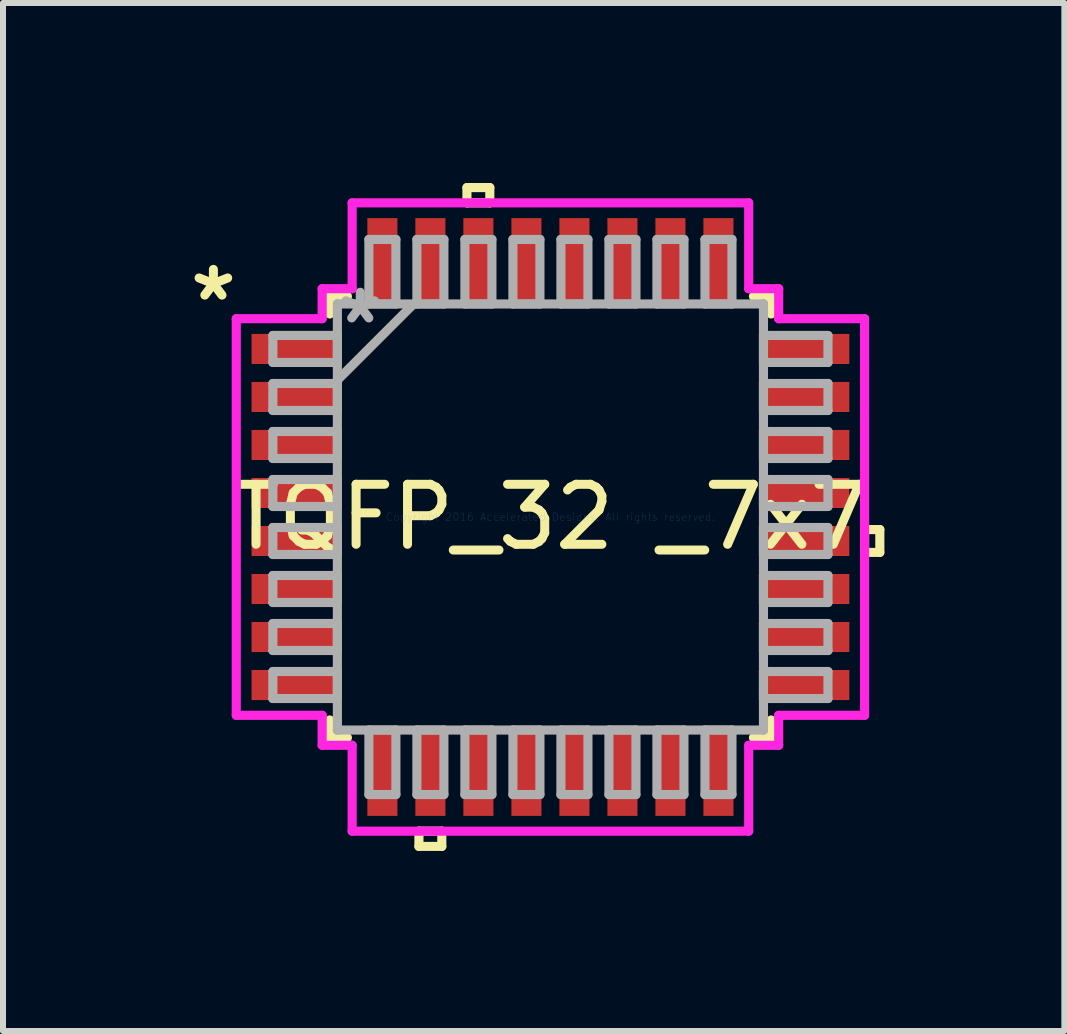
<source format=kicad_pcb>
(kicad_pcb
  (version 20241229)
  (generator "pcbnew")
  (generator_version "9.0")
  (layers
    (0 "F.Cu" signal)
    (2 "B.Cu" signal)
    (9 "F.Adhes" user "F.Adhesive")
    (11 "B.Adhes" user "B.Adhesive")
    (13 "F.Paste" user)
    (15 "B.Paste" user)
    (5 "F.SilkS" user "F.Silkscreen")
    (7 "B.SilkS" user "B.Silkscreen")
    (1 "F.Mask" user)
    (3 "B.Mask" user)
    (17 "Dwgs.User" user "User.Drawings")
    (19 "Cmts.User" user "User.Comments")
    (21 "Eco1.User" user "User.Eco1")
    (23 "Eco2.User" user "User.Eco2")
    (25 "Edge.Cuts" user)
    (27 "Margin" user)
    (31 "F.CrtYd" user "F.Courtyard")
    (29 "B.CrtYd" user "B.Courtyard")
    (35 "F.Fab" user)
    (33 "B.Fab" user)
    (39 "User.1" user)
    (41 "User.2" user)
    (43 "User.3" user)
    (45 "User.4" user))
  (footprint "TQFP_32 _7x7"
    (layer "F.Cu")
    (at 6.122 5.565)
    (property "Reference" "TQFP_32 _7x7" (at 0 0 0) (layer "F.SilkS") (effects (font (size 1 1) (thickness 0.15))))
    (attr through_hole)
    (fp_line (start -3.677 -3.677) (end -3.677 -3.383) (stroke (width 0.152) (type solid)) (layer "F.SilkS"))
    (fp_line (start -3.677 3.383) (end -3.677 3.677) (stroke (width 0.152) (type solid)) (layer "F.SilkS"))
    (fp_line (start -3.677 3.677) (end -3.383 3.677) (stroke (width 0.152) (type solid)) (layer "F.SilkS"))
    (fp_line (start -3.383 -3.677) (end -3.677 -3.677) (stroke (width 0.152) (type solid)) (layer "F.SilkS"))
    (fp_line (start -2.191 5.235) (end -2.191 5.489) (stroke (width 0.152) (type solid)) (layer "F.SilkS"))
    (fp_line (start -2.191 5.489) (end -1.81 5.489) (stroke (width 0.152) (type solid)) (layer "F.SilkS"))
    (fp_line (start -1.81 5.235) (end -2.191 5.235) (stroke (width 0.152) (type solid)) (layer "F.SilkS"))
    (fp_line (start -1.81 5.489) (end -1.81 5.235) (stroke (width 0.152) (type solid)) (layer "F.SilkS"))
    (fp_line (start -1.391 -5.489) (end -1.01 -5.489) (stroke (width 0.152) (type solid)) (layer "F.SilkS"))
    (fp_line (start -1.391 -5.235) (end -1.391 -5.489) (stroke (width 0.152) (type solid)) (layer "F.SilkS"))
    (fp_line (start -1.01 -5.489) (end -1.01 -5.235) (stroke (width 0.152) (type solid)) (layer "F.SilkS"))
    (fp_line (start -1.01 -5.235) (end -1.391 -5.235) (stroke (width 0.152) (type solid)) (layer "F.SilkS"))
    (fp_line (start 3.383 3.677) (end 3.677 3.677) (stroke (width 0.152) (type solid)) (layer "F.SilkS"))
    (fp_line (start 3.677 -3.677) (end 3.383 -3.677) (stroke (width 0.152) (type solid)) (layer "F.SilkS"))
    (fp_line (start 3.677 -3.383) (end 3.677 -3.677) (stroke (width 0.152) (type solid)) (layer "F.SilkS"))
    (fp_line (start 3.677 3.677) (end 3.677 3.383) (stroke (width 0.152) (type solid)) (layer "F.SilkS"))
    (fp_line (start 5.235 0.209) (end 5.489 0.209) (stroke (width 0.152) (type solid)) (layer "F.SilkS"))
    (fp_line (start 5.235 0.59) (end 5.235 0.209) (stroke (width 0.152) (type solid)) (layer "F.SilkS"))
    (fp_line (start 5.489 0.209) (end 5.489 0.59) (stroke (width 0.152) (type solid)) (layer "F.SilkS"))
    (fp_line (start 5.489 0.59) (end 5.235 0.59) (stroke (width 0.152) (type solid)) (layer "F.SilkS"))
    (fp_line (start -5.235 -3.304) (end -3.804 -3.304) (stroke (width 0.152) (type solid)) (layer "F.CrtYd"))
    (fp_line (start -5.235 3.304) (end -5.235 -3.304) (stroke (width 0.152) (type solid)) (layer "F.CrtYd"))
    (fp_line (start -3.804 -3.804) (end -3.304 -3.804) (stroke (width 0.152) (type solid)) (layer "F.CrtYd"))
    (fp_line (start -3.804 -3.304) (end -3.804 -3.804) (stroke (width 0.152) (type solid)) (layer "F.CrtYd"))
    (fp_line (start -3.804 3.304) (end -5.235 3.304) (stroke (width 0.152) (type solid)) (layer "F.CrtYd"))
    (fp_line (start -3.804 3.804) (end -3.804 3.304) (stroke (width 0.152) (type solid)) (layer "F.CrtYd"))
    (fp_line (start -3.304 -5.235) (end 3.304 -5.235) (stroke (width 0.152) (type solid)) (layer "F.CrtYd"))
    (fp_line (start -3.304 -3.804) (end -3.304 -5.235) (stroke (width 0.152) (type solid)) (layer "F.CrtYd"))
    (fp_line (start -3.304 3.804) (end -3.804 3.804) (stroke (width 0.152) (type solid)) (layer "F.CrtYd"))
    (fp_line (start -3.304 5.235) (end -3.304 3.804) (stroke (width 0.152) (type solid)) (layer "F.CrtYd"))
    (fp_line (start 3.304 -5.235) (end 3.304 -3.804) (stroke (width 0.152) (type solid)) (layer "F.CrtYd"))
    (fp_line (start 3.304 -3.804) (end 3.804 -3.804) (stroke (width 0.152) (type solid)) (layer "F.CrtYd"))
    (fp_line (start 3.304 3.804) (end 3.304 5.235) (stroke (width 0.152) (type solid)) (layer "F.CrtYd"))
    (fp_line (start 3.304 5.235) (end -3.304 5.235) (stroke (width 0.152) (type solid)) (layer "F.CrtYd"))
    (fp_line (start 3.804 -3.804) (end 3.804 -3.304) (stroke (width 0.152) (type solid)) (layer "F.CrtYd"))
    (fp_line (start 3.804 -3.304) (end 5.235 -3.304) (stroke (width 0.152) (type solid)) (layer "F.CrtYd"))
    (fp_line (start 3.804 3.304) (end 3.804 3.804) (stroke (width 0.152) (type solid)) (layer "F.CrtYd"))
    (fp_line (start 3.804 3.804) (end 3.304 3.804) (stroke (width 0.152) (type solid)) (layer "F.CrtYd"))
    (fp_line (start 5.235 -3.304) (end 5.235 3.304) (stroke (width 0.152) (type solid)) (layer "F.CrtYd"))
    (fp_line (start 5.235 3.304) (end 3.804 3.304) (stroke (width 0.152) (type solid)) (layer "F.CrtYd"))
    (fp_line (start -4.625 -3.025) (end -4.625 -2.575) (stroke (width 0.152) (type solid)) (layer "F.Fab"))
    (fp_line (start -4.625 -2.575) (end -3.55 -2.575) (stroke (width 0.152) (type solid)) (layer "F.Fab"))
    (fp_line (start -4.625 -2.225) (end -4.625 -1.775) (stroke (width 0.152) (type solid)) (layer "F.Fab"))
    (fp_line (start -4.625 -1.775) (end -3.55 -1.775) (stroke (width 0.152) (type solid)) (layer "F.Fab"))
    (fp_line (start -4.625 -1.425) (end -4.625 -0.975) (stroke (width 0.152) (type solid)) (layer "F.Fab"))
    (fp_line (start -4.625 -0.975) (end -3.55 -0.975) (stroke (width 0.152) (type solid)) (layer "F.Fab"))
    (fp_line (start -4.625 -0.625) (end -4.625 -0.175) (stroke (width 0.152) (type solid)) (layer "F.Fab"))
    (fp_line (start -4.625 -0.175) (end -3.55 -0.175) (stroke (width 0.152) (type solid)) (layer "F.Fab"))
    (fp_line (start -4.625 0.175) (end -4.625 0.625) (stroke (width 0.152) (type solid)) (layer "F.Fab"))
    (fp_line (start -4.625 0.625) (end -3.55 0.625) (stroke (width 0.152) (type solid)) (layer "F.Fab"))
    (fp_line (start -4.625 0.975) (end -4.625 1.425) (stroke (width 0.152) (type solid)) (layer "F.Fab"))
    (fp_line (start -4.625 1.425) (end -3.55 1.425) (stroke (width 0.152) (type solid)) (layer "F.Fab"))
    (fp_line (start -4.625 1.775) (end -4.625 2.225) (stroke (width 0.152) (type solid)) (layer "F.Fab"))
    (fp_line (start -4.625 2.225) (end -3.55 2.225) (stroke (width 0.152) (type solid)) (layer "F.Fab"))
    (fp_line (start -4.625 2.575) (end -4.625 3.025) (stroke (width 0.152) (type solid)) (layer "F.Fab"))
    (fp_line (start -4.625 3.025) (end -3.55 3.025) (stroke (width 0.152) (type solid)) (layer "F.Fab"))
    (fp_line (start -3.55 -3.55) (end -3.55 -3.55) (stroke (width 0.152) (type solid)) (layer "F.Fab"))
    (fp_line (start -3.55 -3.55) (end -3.55 3.55) (stroke (width 0.152) (type solid)) (layer "F.Fab"))
    (fp_line (start -3.55 -3.025) (end -4.625 -3.025) (stroke (width 0.152) (type solid)) (layer "F.Fab"))
    (fp_line (start -3.55 -2.575) (end -3.55 -3.025) (stroke (width 0.152) (type solid)) (layer "F.Fab"))
    (fp_line (start -3.55 -2.28) (end -2.28 -3.55) (stroke (width 0.152) (type solid)) (layer "F.Fab"))
    (fp_line (start -3.55 -2.225) (end -4.625 -2.225) (stroke (width 0.152) (type solid)) (layer "F.Fab"))
    (fp_line (start -3.55 -1.775) (end -3.55 -2.225) (stroke (width 0.152) (type solid)) (layer "F.Fab"))
    (fp_line (start -3.55 -1.425) (end -4.625 -1.425) (stroke (width 0.152) (type solid)) (layer "F.Fab"))
    (fp_line (start -3.55 -0.975) (end -3.55 -1.425) (stroke (width 0.152) (type solid)) (layer "F.Fab"))
    (fp_line (start -3.55 -0.625) (end -4.625 -0.625) (stroke (width 0.152) (type solid)) (layer "F.Fab"))
    (fp_line (start -3.55 -0.175) (end -3.55 -0.625) (stroke (width 0.152) (type solid)) (layer "F.Fab"))
    (fp_line (start -3.55 0.175) (end -4.625 0.175) (stroke (width 0.152) (type solid)) (layer "F.Fab"))
    (fp_line (start -3.55 0.625) (end -3.55 0.175) (stroke (width 0.152) (type solid)) (layer "F.Fab"))
    (fp_line (start -3.55 0.975) (end -4.625 0.975) (stroke (width 0.152) (type solid)) (layer "F.Fab"))
    (fp_line (start -3.55 1.425) (end -3.55 0.975) (stroke (width 0.152) (type solid)) (layer "F.Fab"))
    (fp_line (start -3.55 1.775) (end -4.625 1.775) (stroke (width 0.152) (type solid)) (layer "F.Fab"))
    (fp_line (start -3.55 2.225) (end -3.55 1.775) (stroke (width 0.152) (type solid)) (layer "F.Fab"))
    (fp_line (start -3.55 2.575) (end -4.625 2.575) (stroke (width 0.152) (type solid)) (layer "F.Fab"))
    (fp_line (start -3.55 3.025) (end -3.55 2.575) (stroke (width 0.152) (type solid)) (layer "F.Fab"))
    (fp_line (start -3.55 3.55) (end -3.55 3.55) (stroke (width 0.152) (type solid)) (layer "F.Fab"))
    (fp_line (start -3.55 3.55) (end 3.55 3.55) (stroke (width 0.152) (type solid)) (layer "F.Fab"))
    (fp_line (start -3.025 -4.625) (end -3.025 -3.55) (stroke (width 0.152) (type solid)) (layer "F.Fab"))
    (fp_line (start -3.025 -3.55) (end -2.575 -3.55) (stroke (width 0.152) (type solid)) (layer "F.Fab"))
    (fp_line (start -3.025 3.55) (end -3.025 4.625) (stroke (width 0.152) (type solid)) (layer "F.Fab"))
    (fp_line (start -3.025 4.625) (end -2.575 4.625) (stroke (width 0.152) (type solid)) (layer "F.Fab"))
    (fp_line (start -2.575 3.55) (end -3.025 3.55) (stroke (width 0.152) (type solid)) (layer "F.Fab"))
    (fp_line (start -2.575 4.625) (end -2.575 3.55) (stroke (width 0.152) (type solid)) (layer "F.Fab"))
    (fp_line (start -2.575 -4.625) (end -3.025 -4.625) (stroke (width 0.152) (type solid)) (layer "F.Fab"))
    (fp_line (start -2.575 -3.55) (end -2.575 -4.625) (stroke (width 0.152) (type solid)) (layer "F.Fab"))
    (fp_line (start -2.225 -4.625) (end -2.225 -3.55) (stroke (width 0.152) (type solid)) (layer "F.Fab"))
    (fp_line (start -2.225 -3.55) (end -1.775 -3.55) (stroke (width 0.152) (type solid)) (layer "F.Fab"))
    (fp_line (start -2.225 3.55) (end -2.225 4.625) (stroke (width 0.152) (type solid)) (layer "F.Fab"))
    (fp_line (start -2.225 4.625) (end -1.775 4.625) (stroke (width 0.152) (type solid)) (layer "F.Fab"))
    (fp_line (start -1.775 -4.625) (end -2.225 -4.625) (stroke (width 0.152) (type solid)) (layer "F.Fab"))
    (fp_line (start -1.775 -3.55) (end -1.775 -4.625) (stroke (width 0.152) (type solid)) (layer "F.Fab"))
    (fp_line (start -1.775 3.55) (end -2.225 3.55) (stroke (width 0.152) (type solid)) (layer "F.Fab"))
    (fp_line (start -1.775 4.625) (end -1.775 3.55) (stroke (width 0.152) (type solid)) (layer "F.Fab"))
    (fp_line (start -1.425 -4.625) (end -1.425 -3.55) (stroke (width 0.152) (type solid)) (layer "F.Fab"))
    (fp_line (start -1.425 -3.55) (end -0.975 -3.55) (stroke (width 0.152) (type solid)) (layer "F.Fab"))
    (fp_line (start -1.425 3.55) (end -1.425 4.625) (stroke (width 0.152) (type solid)) (layer "F.Fab"))
    (fp_line (start -1.425 4.625) (end -0.975 4.625) (stroke (width 0.152) (type solid)) (layer "F.Fab"))
    (fp_line (start -0.975 -4.625) (end -1.425 -4.625) (stroke (width 0.152) (type solid)) (layer "F.Fab"))
    (fp_line (start -0.975 -3.55) (end -0.975 -4.625) (stroke (width 0.152) (type solid)) (layer "F.Fab"))
    (fp_line (start -0.975 3.55) (end -1.425 3.55) (stroke (width 0.152) (type solid)) (layer "F.Fab"))
    (fp_line (start -0.975 4.625) (end -0.975 3.55) (stroke (width 0.152) (type solid)) (layer "F.Fab"))
    (fp_line (start -0.625 -4.625) (end -0.625 -3.55) (stroke (width 0.152) (type solid)) (layer "F.Fab"))
    (fp_line (start -0.625 -3.55) (end -0.175 -3.55) (stroke (width 0.152) (type solid)) (layer "F.Fab"))
    (fp_line (start -0.625 3.55) (end -0.625 4.625) (stroke (width 0.152) (type solid)) (layer "F.Fab"))
    (fp_line (start -0.625 4.625) (end -0.175 4.625) (stroke (width 0.152) (type solid)) (layer "F.Fab"))
    (fp_line (start -0.175 -4.625) (end -0.625 -4.625) (stroke (width 0.152) (type solid)) (layer "F.Fab"))
    (fp_line (start -0.175 -3.55) (end -0.175 -4.625) (stroke (width 0.152) (type solid)) (layer "F.Fab"))
    (fp_line (start -0.175 3.55) (end -0.625 3.55) (stroke (width 0.152) (type solid)) (layer "F.Fab"))
    (fp_line (start -0.175 4.625) (end -0.175 3.55) (stroke (width 0.152) (type solid)) (layer "F.Fab"))
    (fp_line (start 0.175 -4.625) (end 0.175 -3.55) (stroke (width 0.152) (type solid)) (layer "F.Fab"))
    (fp_line (start 0.175 -3.55) (end 0.625 -3.55) (stroke (width 0.152) (type solid)) (layer "F.Fab"))
    (fp_line (start 0.175 3.55) (end 0.175 4.625) (stroke (width 0.152) (type solid)) (layer "F.Fab"))
    (fp_line (start 0.175 4.625) (end 0.625 4.625) (stroke (width 0.152) (type solid)) (layer "F.Fab"))
    (fp_line (start 0.625 -4.625) (end 0.175 -4.625) (stroke (width 0.152) (type solid)) (layer "F.Fab"))
    (fp_line (start 0.625 -3.55) (end 0.625 -4.625) (stroke (width 0.152) (type solid)) (layer "F.Fab"))
    (fp_line (start 0.625 3.55) (end 0.175 3.55) (stroke (width 0.152) (type solid)) (layer "F.Fab"))
    (fp_line (start 0.625 4.625) (end 0.625 3.55) (stroke (width 0.152) (type solid)) (layer "F.Fab"))
    (fp_line (start 0.975 -4.625) (end 0.975 -3.55) (stroke (width 0.152) (type solid)) (layer "F.Fab"))
    (fp_line (start 0.975 -3.55) (end 1.425 -3.55) (stroke (width 0.152) (type solid)) (layer "F.Fab"))
    (fp_line (start 0.975 3.55) (end 0.975 4.625) (stroke (width 0.152) (type solid)) (layer "F.Fab"))
    (fp_line (start 0.975 4.625) (end 1.425 4.625) (stroke (width 0.152) (type solid)) (layer "F.Fab"))
    (fp_line (start 1.425 -4.625) (end 0.975 -4.625) (stroke (width 0.152) (type solid)) (layer "F.Fab"))
    (fp_line (start 1.425 -3.55) (end 1.425 -4.625) (stroke (width 0.152) (type solid)) (layer "F.Fab"))
    (fp_line (start 1.425 3.55) (end 0.975 3.55) (stroke (width 0.152) (type solid)) (layer "F.Fab"))
    (fp_line (start 1.425 4.625) (end 1.425 3.55) (stroke (width 0.152) (type solid)) (layer "F.Fab"))
    (fp_line (start 1.775 -4.625) (end 1.775 -3.55) (stroke (width 0.152) (type solid)) (layer "F.Fab"))
    (fp_line (start 1.775 -3.55) (end 2.225 -3.55) (stroke (width 0.152) (type solid)) (layer "F.Fab"))
    (fp_line (start 1.775 3.55) (end 1.775 4.625) (stroke (width 0.152) (type solid)) (layer "F.Fab"))
    (fp_line (start 1.775 4.625) (end 2.225 4.625) (stroke (width 0.152) (type solid)) (layer "F.Fab"))
    (fp_line (start 2.225 -4.625) (end 1.775 -4.625) (stroke (width 0.152) (type solid)) (layer "F.Fab"))
    (fp_line (start 2.225 -3.55) (end 2.225 -4.625) (stroke (width 0.152) (type solid)) (layer "F.Fab"))
    (fp_line (start 2.225 3.55) (end 1.775 3.55) (stroke (width 0.152) (type solid)) (layer "F.Fab"))
    (fp_line (start 2.225 4.625) (end 2.225 3.55) (stroke (width 0.152) (type solid)) (layer "F.Fab"))
    (fp_line (start 2.575 3.55) (end 2.575 4.625) (stroke (width 0.152) (type solid)) (layer "F.Fab"))
    (fp_line (start 2.575 4.625) (end 3.025 4.625) (stroke (width 0.152) (type solid)) (layer "F.Fab"))
    (fp_line (start 2.575 -4.625) (end 2.575 -3.55) (stroke (width 0.152) (type solid)) (layer "F.Fab"))
    (fp_line (start 2.575 -3.55) (end 3.025 -3.55) (stroke (width 0.152) (type solid)) (layer "F.Fab"))
    (fp_line (start 3.025 -4.625) (end 2.575 -4.625) (stroke (width 0.152) (type solid)) (layer "F.Fab"))
    (fp_line (start 3.025 -3.55) (end 3.025 -4.625) (stroke (width 0.152) (type solid)) (layer "F.Fab"))
    (fp_line (start 3.025 3.55) (end 2.575 3.55) (stroke (width 0.152) (type solid)) (layer "F.Fab"))
    (fp_line (start 3.025 4.625) (end 3.025 3.55) (stroke (width 0.152) (type solid)) (layer "F.Fab"))
    (fp_line (start 3.55 -3.55) (end -3.55 -3.55) (stroke (width 0.152) (type solid)) (layer "F.Fab"))
    (fp_line (start 3.55 -3.55) (end 3.55 -3.55) (stroke (width 0.152) (type solid)) (layer "F.Fab"))
    (fp_line (start 3.55 -3.025) (end 3.55 -2.575) (stroke (width 0.152) (type solid)) (layer "F.Fab"))
    (fp_line (start 3.55 -2.575) (end 4.625 -2.575) (stroke (width 0.152) (type solid)) (layer "F.Fab"))
    (fp_line (start 3.55 -2.225) (end 3.55 -1.775) (stroke (width 0.152) (type solid)) (layer "F.Fab"))
    (fp_line (start 3.55 -1.775) (end 4.625 -1.775) (stroke (width 0.152) (type solid)) (layer "F.Fab"))
    (fp_line (start 3.55 -1.425) (end 3.55 -0.975) (stroke (width 0.152) (type solid)) (layer "F.Fab"))
    (fp_line (start 3.55 -0.975) (end 4.625 -0.975) (stroke (width 0.152) (type solid)) (layer "F.Fab"))
    (fp_line (start 3.55 -0.625) (end 3.55 -0.175) (stroke (width 0.152) (type solid)) (layer "F.Fab"))
    (fp_line (start 3.55 -0.175) (end 4.625 -0.175) (stroke (width 0.152) (type solid)) (layer "F.Fab"))
    (fp_line (start 3.55 0.175) (end 3.55 0.625) (stroke (width 0.152) (type solid)) (layer "F.Fab"))
    (fp_line (start 3.55 0.625) (end 4.625 0.625) (stroke (width 0.152) (type solid)) (layer "F.Fab"))
    (fp_line (start 3.55 0.975) (end 3.55 1.425) (stroke (width 0.152) (type solid)) (layer "F.Fab"))
    (fp_line (start 3.55 1.425) (end 4.625 1.425) (stroke (width 0.152) (type solid)) (layer "F.Fab"))
    (fp_line (start 3.55 1.775) (end 3.55 2.225) (stroke (width 0.152) (type solid)) (layer "F.Fab"))
    (fp_line (start 3.55 2.225) (end 4.625 2.225) (stroke (width 0.152) (type solid)) (layer "F.Fab"))
    (fp_line (start 3.55 2.575) (end 3.55 3.025) (stroke (width 0.152) (type solid)) (layer "F.Fab"))
    (fp_line (start 3.55 3.025) (end 4.625 3.025) (stroke (width 0.152) (type solid)) (layer "F.Fab"))
    (fp_line (start 3.55 3.55) (end 3.55 -3.55) (stroke (width 0.152) (type solid)) (layer "F.Fab"))
    (fp_line (start 3.55 3.55) (end 3.55 3.55) (stroke (width 0.152) (type solid)) (layer "F.Fab"))
    (fp_line (start 4.625 -3.025) (end 3.55 -3.025) (stroke (width 0.152) (type solid)) (layer "F.Fab"))
    (fp_line (start 4.625 -2.575) (end 4.625 -3.025) (stroke (width 0.152) (type solid)) (layer "F.Fab"))
    (fp_line (start 4.625 -2.225) (end 3.55 -2.225) (stroke (width 0.152) (type solid)) (layer "F.Fab"))
    (fp_line (start 4.625 -1.775) (end 4.625 -2.225) (stroke (width 0.152) (type solid)) (layer "F.Fab"))
    (fp_line (start 4.625 -1.425) (end 3.55 -1.425) (stroke (width 0.152) (type solid)) (layer "F.Fab"))
    (fp_line (start 4.625 -0.975) (end 4.625 -1.425) (stroke (width 0.152) (type solid)) (layer "F.Fab"))
    (fp_line (start 4.625 -0.625) (end 3.55 -0.625) (stroke (width 0.152) (type solid)) (layer "F.Fab"))
    (fp_line (start 4.625 -0.175) (end 4.625 -0.625) (stroke (width 0.152) (type solid)) (layer "F.Fab"))
    (fp_line (start 4.625 0.175) (end 3.55 0.175) (stroke (width 0.152) (type solid)) (layer "F.Fab"))
    (fp_line (start 4.625 0.625) (end 4.625 0.175) (stroke (width 0.152) (type solid)) (layer "F.Fab"))
    (fp_line (start 4.625 0.975) (end 3.55 0.975) (stroke (width 0.152) (type solid)) (layer "F.Fab"))
    (fp_line (start 4.625 1.425) (end 4.625 0.975) (stroke (width 0.152) (type solid)) (layer "F.Fab"))
    (fp_line (start 4.625 1.775) (end 3.55 1.775) (stroke (width 0.152) (type solid)) (layer "F.Fab"))
    (fp_line (start 4.625 2.225) (end 4.625 1.775) (stroke (width 0.152) (type solid)) (layer "F.Fab"))
    (fp_line (start 4.625 2.575) (end 3.55 2.575) (stroke (width 0.152) (type solid)) (layer "F.Fab"))
    (fp_line (start 4.625 3.025) (end 4.625 2.575) (stroke (width 0.152) (type solid)) (layer "F.Fab"))
    (fp_text user "*" (at -5.616 -3.581 0) (layer "F.SilkS") (effects (font (size 1 1) (thickness 0.15))))
    (fp_text user "Copyright 2016 Accelerated Designs. All rights reserved." (at 0 0 0) (layer "Cmts.User") (effects (font (size 0.127 0.127) (thickness 0.002))))
    (fp_text user "*" (at -3.169 -3.2 0) (layer "F.Fab") (effects (font (size 1 1) (thickness 0.15))))
    (pad "1" smd rect (at -4.25 -2.8 90) (size 0.501 1.461) (layers "F.Cu" "F.Mask" "F.Paste"))
    (pad "2" smd rect (at -4.25 -2 90) (size 0.501 1.461) (layers "F.Cu" "F.Mask" "F.Paste"))
    (pad "3" smd rect (at -4.25 -1.2 90) (size 0.501 1.461) (layers "F.Cu" "F.Mask" "F.Paste"))
    (pad "4" smd rect (at -4.25 -0.4 90) (size 0.501 1.461) (layers "F.Cu" "F.Mask" "F.Paste"))
    (pad "5" smd rect (at -4.25 0.4 90) (size 0.501 1.461) (layers "F.Cu" "F.Mask" "F.Paste"))
    (pad "6" smd rect (at -4.25 1.2 90) (size 0.501 1.461) (layers "F.Cu" "F.Mask" "F.Paste"))
    (pad "7" smd rect (at -4.25 2 90) (size 0.501 1.461) (layers "F.Cu" "F.Mask" "F.Paste"))
    (pad "8" smd rect (at -4.25 2.8 90) (size 0.501 1.461) (layers "F.Cu" "F.Mask" "F.Paste"))
    (pad "9" smd rect (at -2.8 4.25) (size 0.501 1.461) (layers "F.Cu" "F.Mask" "F.Paste"))
    (pad "10" smd rect (at -2 4.25) (size 0.501 1.461) (layers "F.Cu" "F.Mask" "F.Paste"))
    (pad "11" smd rect (at -1.2 4.25) (size 0.501 1.461) (layers "F.Cu" "F.Mask" "F.Paste"))
    (pad "12" smd rect (at -0.4 4.25) (size 0.501 1.461) (layers "F.Cu" "F.Mask" "F.Paste"))
    (pad "13" smd rect (at 0.4 4.25) (size 0.501 1.461) (layers "F.Cu" "F.Mask" "F.Paste"))
    (pad "14" smd rect (at 1.2 4.25) (size 0.501 1.461) (layers "F.Cu" "F.Mask" "F.Paste"))
    (pad "15" smd rect (at 2 4.25) (size 0.501 1.461) (layers "F.Cu" "F.Mask" "F.Paste"))
    (pad "16" smd rect (at 2.8 4.25) (size 0.501 1.461) (layers "F.Cu" "F.Mask" "F.Paste"))
    (pad "17" smd rect (at 4.25 2.8 90) (size 0.501 1.461) (layers "F.Cu" "F.Mask" "F.Paste"))
    (pad "18" smd rect (at 4.25 2 90) (size 0.501 1.461) (layers "F.Cu" "F.Mask" "F.Paste"))
    (pad "19" smd rect (at 4.25 1.2 90) (size 0.501 1.461) (layers "F.Cu" "F.Mask" "F.Paste"))
    (pad "20" smd rect (at 4.25 0.4 90) (size 0.501 1.461) (layers "F.Cu" "F.Mask" "F.Paste"))
    (pad "21" smd rect (at 4.25 -0.4 90) (size 0.501 1.461) (layers "F.Cu" "F.Mask" "F.Paste"))
    (pad "22" smd rect (at 4.25 -1.2 90) (size 0.501 1.461) (layers "F.Cu" "F.Mask" "F.Paste"))
    (pad "23" smd rect (at 4.25 -2 90) (size 0.501 1.461) (layers "F.Cu" "F.Mask" "F.Paste"))
    (pad "24" smd rect (at 4.25 -2.8 90) (size 0.501 1.461) (layers "F.Cu" "F.Mask" "F.Paste"))
    (pad "25" smd rect (at 2.8 -4.25) (size 0.501 1.461) (layers "F.Cu" "F.Mask" "F.Paste"))
    (pad "26" smd rect (at 2 -4.25) (size 0.501 1.461) (layers "F.Cu" "F.Mask" "F.Paste"))
    (pad "27" smd rect (at 1.2 -4.25) (size 0.501 1.461) (layers "F.Cu" "F.Mask" "F.Paste"))
    (pad "28" smd rect (at 0.4 -4.25) (size 0.501 1.461) (layers "F.Cu" "F.Mask" "F.Paste"))
    (pad "29" smd rect (at -0.4 -4.25) (size 0.501 1.461) (layers "F.Cu" "F.Mask" "F.Paste"))
    (pad "30" smd rect (at -1.2 -4.25) (size 0.501 1.461) (layers "F.Cu" "F.Mask" "F.Paste"))
    (pad "31" smd rect (at -2 -4.25) (size 0.501 1.461) (layers "F.Cu" "F.Mask" "F.Paste"))
    (pad "32" smd rect (at -2.8 -4.25) (size 0.501 1.461) (layers "F.Cu" "F.Mask" "F.Paste")))
  (gr_rect
    (start -3 -3)
    (end 14.686 14.13)
    (stroke (width 0.1) (type default))
    (fill no)
    (layer "Edge.Cuts")))
</source>
